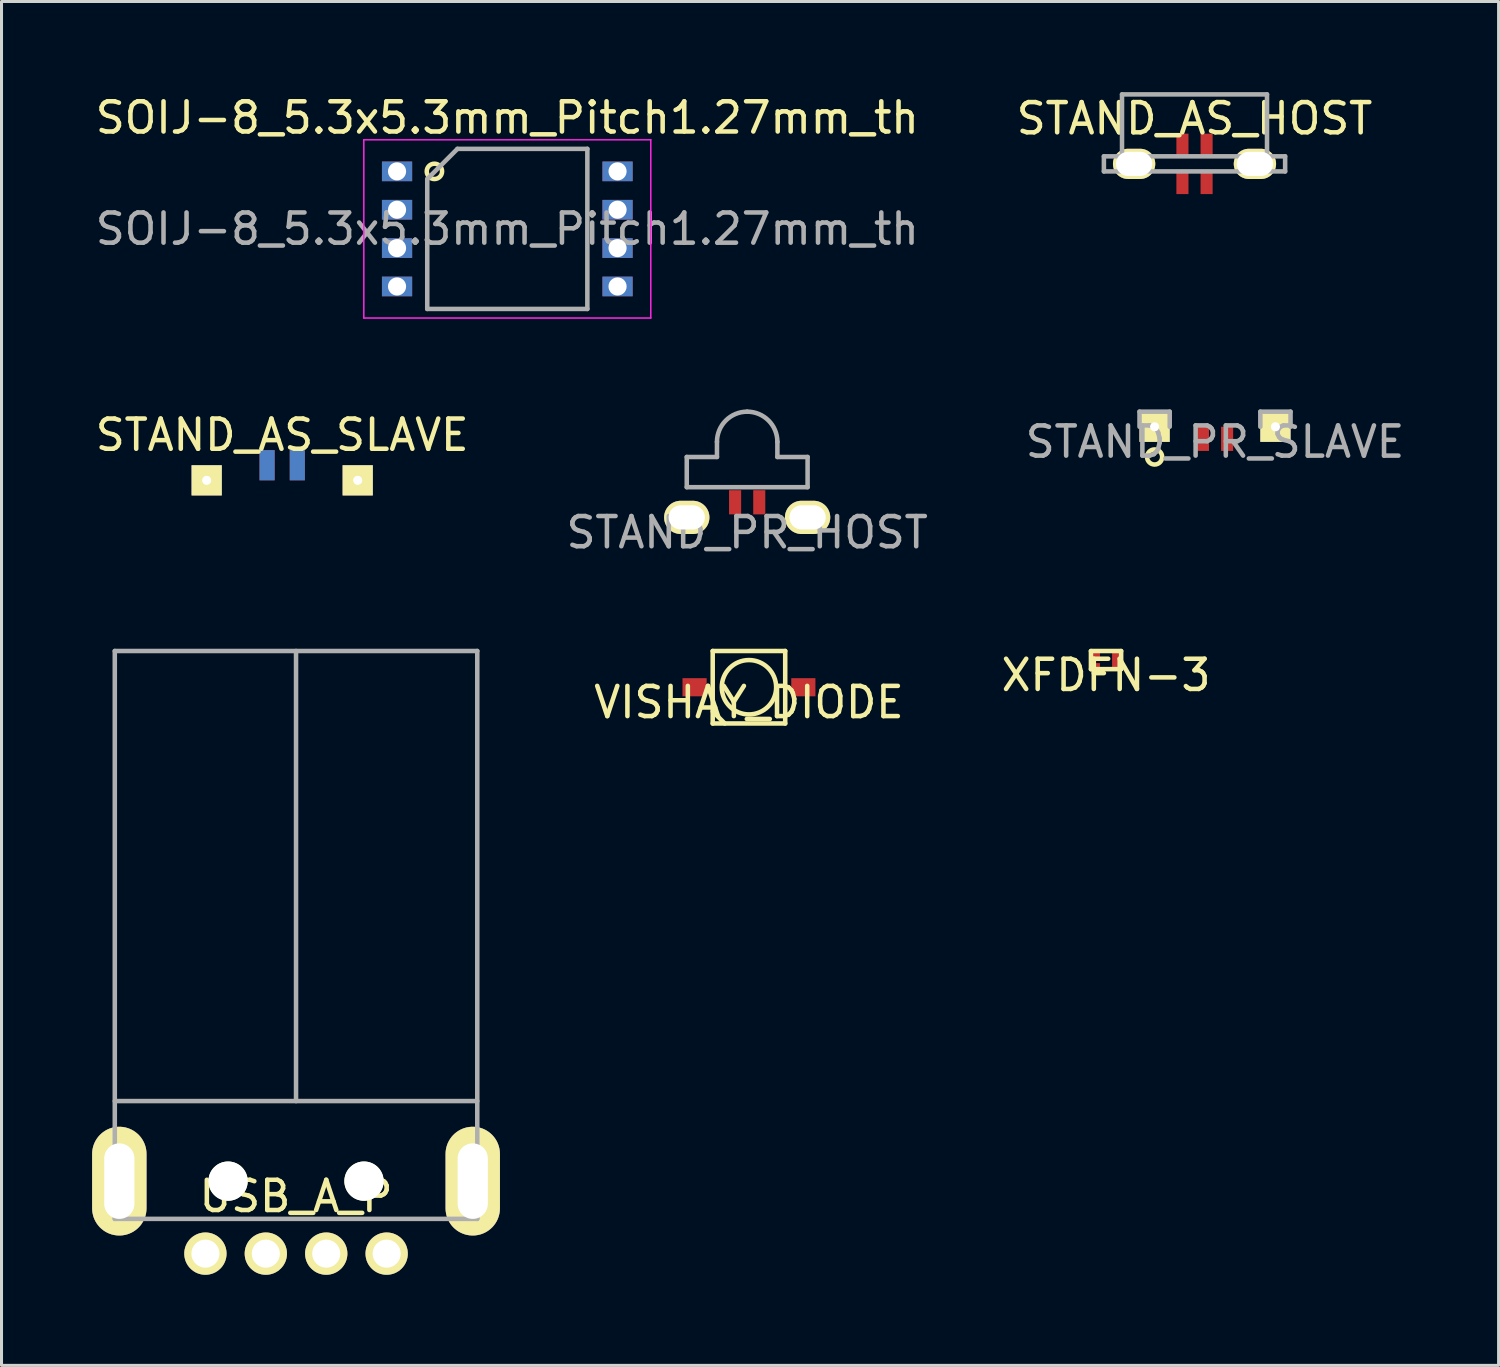
<source format=kicad_pcb>
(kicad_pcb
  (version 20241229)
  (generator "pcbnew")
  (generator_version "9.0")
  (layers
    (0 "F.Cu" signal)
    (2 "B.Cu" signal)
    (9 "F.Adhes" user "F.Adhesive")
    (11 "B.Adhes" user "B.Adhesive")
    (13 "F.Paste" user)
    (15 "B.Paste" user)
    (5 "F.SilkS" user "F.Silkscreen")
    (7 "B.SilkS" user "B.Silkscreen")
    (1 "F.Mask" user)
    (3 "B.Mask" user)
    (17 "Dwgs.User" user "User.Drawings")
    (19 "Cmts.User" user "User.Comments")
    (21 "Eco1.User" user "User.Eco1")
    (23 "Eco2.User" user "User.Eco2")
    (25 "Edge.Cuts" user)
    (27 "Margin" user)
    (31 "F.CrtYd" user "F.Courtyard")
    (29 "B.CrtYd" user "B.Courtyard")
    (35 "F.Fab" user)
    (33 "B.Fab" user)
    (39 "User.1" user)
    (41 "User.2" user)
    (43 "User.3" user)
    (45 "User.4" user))
  (footprint "XFDFN-3"
    (layer "F.Cu")
    (at 33.565 18.802)
    (property "Reference" "XFDFN-3" (at 0 0.5 0) (layer "F.SilkS") (effects (font (size 1 1) (thickness 0.15))))
    (attr through_hole)
    (fp_line (start -0.5 -0.3) (end -0.5 0.3) (stroke (width 0.15) (type solid)) (layer "F.SilkS"))
    (fp_line (start -0.5 0.3) (end 0.5 0.3) (stroke (width 0.15) (type solid)) (layer "F.SilkS"))
    (fp_line (start 0.5 -0.3) (end -0.5 -0.3) (stroke (width 0.15) (type solid)) (layer "F.SilkS"))
    (fp_line (start 0.5 0.3) (end 0.5 -0.3) (stroke (width 0.15) (type solid)) (layer "F.SilkS"))
    (pad "1" smd rect (at -0.325 -0.175) (size 0.25 0.15) (layers "F.Cu" "F.Mask" "F.Paste"))
    (pad "2" smd rect (at -0.325 0.175) (size 0.25 0.15) (layers "F.Cu" "F.Mask" "F.Paste"))
    (pad "3" smd rect (at 0.325 0) (size 0.25 0.5) (layers "F.Cu" "F.Mask" "F.Paste")))
  (footprint "STAND_PR_SLAVE"
    (layer "F.Cu")
    (at 37.173 11.078)
    (property "Reference" "STAND_PR_SLAVE" (at 0 0.5 0) (layer "F.Fab") (effects (font (size 1 1) (thickness 0.15))))
    (attr through_hole)
    (fp_circle (center -2 1) (end -1.75 1) (stroke (width 0.15) (type solid)) (fill no) (layer "F.SilkS"))
    (fp_line (start -2.5 -0.5) (end -1.5 -0.5) (stroke (width 0.15) (type solid)) (layer "F.Fab"))
    (fp_line (start -2.5 0) (end -2.5 -0.5) (stroke (width 0.15) (type solid)) (layer "F.Fab"))
    (fp_line (start -1.5 -0.5) (end -1.5 0) (stroke (width 0.15) (type solid)) (layer "F.Fab"))
    (fp_line (start 1.5 -0.5) (end 2.5 -0.5) (stroke (width 0.15) (type solid)) (layer "F.Fab"))
    (fp_line (start 1.5 0) (end 1.5 -0.5) (stroke (width 0.15) (type solid)) (layer "F.Fab"))
    (fp_line (start 2.5 -0.5) (end 2.5 0) (stroke (width 0.15) (type solid)) (layer "F.Fab"))
    (pad "1" thru_hole rect (at -2 0) (size 1 1) (drill 0.3) (layers "*.Cu" "*.Mask" "F.SilkS"))
    (pad "2" smd rect (at -0.4 0.4) (size 0.4 0.8) (layers "F.Cu" "F.Mask" "F.Paste"))
    (pad "3" smd rect (at 0.4 0.4) (size 0.4 0.8) (layers "F.Cu" "F.Mask" "F.Paste"))
    (pad "4" thru_hole rect (at 2 0) (size 1 1) (drill 0.3) (layers "*.Cu" "*.Mask" "F.SilkS")))
  (footprint "STAND_AS_SLAVE"
    (layer "F.Cu")
    (at 6.292 12.851)
    (property "Reference" "STAND_AS_SLAVE" (at 0 -1.5 0) (layer "F.SilkS") (effects (font (size 1 1) (thickness 0.15))))
    (attr through_hole)
    (pad "1" thru_hole rect (at -2.5 0) (size 1 1) (drill 0.3) (layers "*.Cu" "*.Mask" "F.SilkS"))
    (pad "2" smd rect (at -0.5 -0.5) (size 0.5 1) (layers "F.Cu" "F.Mask" "F.Paste"))
    (pad "3" smd rect (at -0.5 -0.5) (size 0.5 1) (layers "B.Cu" "B.Mask" "B.Paste"))
    (pad "4" smd rect (at 0.5 -0.5) (size 0.5 1) (layers "F.Cu" "F.Mask" "F.Paste"))
    (pad "5" smd rect (at 0.5 -0.5) (size 0.5 1) (layers "B.Cu" "B.Mask" "B.Paste"))
    (pad "6" thru_hole rect (at 2.5 0) (size 1 1) (drill 0.3) (layers "*.Cu" "*.Mask" "F.SilkS")))
  (footprint "VISHAY_DIODE"
    (layer "F.Cu")
    (at 21.744 19.701)
    (property "Reference" "VISHAY_DIODE" (at 0 0.5 0) (layer "F.SilkS") (effects (font (size 1 1) (thickness 0.15))))
    (attr through_hole)
    (fp_line (start -1.2 -1.2) (end -1.2 1.2) (stroke (width 0.15) (type solid)) (layer "F.SilkS"))
    (fp_line (start -1.2 1.2) (end 1.2 1.2) (stroke (width 0.15) (type solid)) (layer "F.SilkS"))
    (fp_line (start -0.8 1.2) (end -1.2 0.8) (stroke (width 0.15) (type solid)) (layer "F.SilkS"))
    (fp_line (start 1.2 -1.2) (end -1.2 -1.2) (stroke (width 0.15) (type solid)) (layer "F.SilkS"))
    (fp_line (start 1.2 1.2) (end 1.2 -1.2) (stroke (width 0.15) (type solid)) (layer "F.SilkS"))
    (fp_circle (center 0 0) (end 0.9 0) (stroke (width 0.15) (type solid)) (fill no) (layer "F.SilkS"))
    (pad "1" smd rect (at -1.8 0) (size 0.8 0.6) (layers "F.Cu" "F.Mask" "F.Paste"))
    (pad "2" smd rect (at 1.8 0) (size 0.8 0.6) (layers "F.Cu" "F.Mask" "F.Paste")))
  (footprint "STAND_PR_HOST"
    (layer "F.Cu")
    (at 21.685 14.078)
    (property "Reference" "STAND_PR_HOST" (at 0 0.5 0) (layer "F.Fab") (effects (font (size 1 1) (thickness 0.15))))
    (attr through_hole)
    (fp_line (start -2 -2) (end -1 -2) (stroke (width 0.15) (type solid)) (layer "F.Fab"))
    (fp_line (start -2 -1) (end -2 -2) (stroke (width 0.15) (type solid)) (layer "F.Fab"))
    (fp_line (start -2 -1) (end 2 -1) (stroke (width 0.15) (type solid)) (layer "F.Fab"))
    (fp_line (start -1 -2.5) (end -1 -2) (stroke (width 0.15) (type solid)) (layer "F.Fab"))
    (fp_line (start 1 -2) (end 1 -2.5) (stroke (width 0.15) (type solid)) (layer "F.Fab"))
    (fp_line (start 2 -2) (end 1 -2) (stroke (width 0.15) (type solid)) (layer "F.Fab"))
    (fp_line (start 2 -1) (end 2 -2) (stroke (width 0.15) (type solid)) (layer "F.Fab"))
    (fp_arc (start -1 -2.5) (mid -0.707107 -3.207107) (end 0 -3.5) (stroke (width 0.15) (type solid)) (layer "F.Fab"))
    (fp_arc (start 0 -3.5) (mid 0.707107 -3.207107) (end 1 -2.5) (stroke (width 0.15) (type solid)) (layer "F.Fab"))
    (pad "1" thru_hole oval (at -2 0) (size 1.5 1.1) (drill oval 1.2 0.8) (layers "*.Cu" "*.Mask" "F.SilkS"))
    (pad "2" smd rect (at -0.4 -0.5) (size 0.4 0.8) (layers "F.Cu" "F.Mask" "F.Paste"))
    (pad "3" smd rect (at 0.4 -0.5) (size 0.4 0.8) (layers "F.Cu" "F.Mask" "F.Paste"))
    (pad "4" thru_hole oval (at 2 0) (size 1.5 1.1) (drill oval 1.2 0.8) (layers "*.Cu" "*.Mask" "F.SilkS")))
  (footprint "STAND_AS_HOST"
    (layer "F.Cu")
    (at 36.494 2.375)
    (property "Reference" "STAND_AS_HOST" (at 0 -1.5 0) (layer "F.SilkS") (effects (font (size 1 1) (thickness 0.15))))
    (attr through_hole)
    (fp_line (start -3 -0.25) (end -3 0.25) (stroke (width 0.15) (type solid)) (layer "F.Fab"))
    (fp_line (start -3 0.25) (end 3 0.25) (stroke (width 0.15) (type solid)) (layer "F.Fab"))
    (fp_line (start -2.4 -0.3) (end -2.4 -2.3) (stroke (width 0.15) (type solid)) (layer "F.Fab"))
    (fp_line (start 2.4 -2.3) (end -2.4 -2.3) (stroke (width 0.15) (type solid)) (layer "F.Fab"))
    (fp_line (start 2.4 -0.3) (end 2.4 -2.3) (stroke (width 0.15) (type solid)) (layer "F.Fab"))
    (fp_line (start 3 -0.25) (end -3 -0.25) (stroke (width 0.15) (type solid)) (layer "F.Fab"))
    (fp_line (start 3 0.25) (end 3 -0.25) (stroke (width 0.15) (type solid)) (layer "F.Fab"))
    (pad "1" thru_hole oval (at -2 0) (size 1.4 1) (drill oval 1.2 0.8) (layers "*.Cu" "*.Mask" "F.SilkS"))
    (pad "2" smd rect (at -0.4 0.6) (size 0.4 0.8) (layers "F.Cu" "F.Mask" "F.Paste"))
    (pad "3" smd rect (at -0.4 -0.6) (size 0.4 0.8) (layers "F.Cu" "F.Mask" "F.Paste"))
    (pad "4" smd rect (at 0.4 0.6) (size 0.4 0.8) (layers "F.Cu" "F.Mask" "F.Paste"))
    (pad "5" smd rect (at 0.4 -0.6) (size 0.4 0.8) (layers "F.Cu" "F.Mask" "F.Paste"))
    (pad "6" thru_hole oval (at 2 0) (size 1.4 1) (drill oval 1.2 0.8) (layers "*.Cu" "*.Mask" "F.SilkS")))
  (footprint "SOIJ-8_5.3x5.3mm_Pitch1.27mm_th"
    (layer "F.Cu")
    (at 13.744 4.528)
    (property "Reference" "SOIJ-8_5.3x5.3mm_Pitch1.27mm_th" (at 0 -3.68 0) (layer "F.SilkS") (effects (font (size 1 1) (thickness 0.15))))
    (attr smd)
    (fp_circle (center -2.413 -1.905) (end -2.667 -1.905) (stroke (width 0.15) (type solid)) (fill no) (layer "F.SilkS"))
    (fp_line (start -4.75 -2.95) (end -4.75 2.95) (stroke (width 0.05) (type solid)) (layer "F.CrtYd"))
    (fp_line (start -4.75 -2.95) (end 4.75 -2.95) (stroke (width 0.05) (type solid)) (layer "F.CrtYd"))
    (fp_line (start -4.75 2.95) (end 4.75 2.95) (stroke (width 0.05) (type solid)) (layer "F.CrtYd"))
    (fp_line (start 4.75 -2.95) (end 4.75 2.95) (stroke (width 0.05) (type solid)) (layer "F.CrtYd"))
    (fp_line (start -2.65 -1.65) (end -1.65 -2.65) (stroke (width 0.15) (type solid)) (layer "F.Fab"))
    (fp_line (start -2.65 2.65) (end -2.65 -1.65) (stroke (width 0.15) (type solid)) (layer "F.Fab"))
    (fp_line (start -1.65 -2.65) (end 2.65 -2.65) (stroke (width 0.15) (type solid)) (layer "F.Fab"))
    (fp_line (start 2.65 -2.65) (end 2.65 2.65) (stroke (width 0.15) (type solid)) (layer "F.Fab"))
    (fp_line (start 2.65 2.65) (end -2.65 2.65) (stroke (width 0.15) (type solid)) (layer "F.Fab"))
    (fp_text user "${REFERENCE}" (at 0 0 0) (layer "F.Fab") (effects (font (size 1 1) (thickness 0.15))))
    (pad "1" thru_hole rect (at -3.65 -1.905) (size 1 0.65) (drill 0.6) (layers "*.Cu" "*.Mask"))
    (pad "2" thru_hole rect (at -3.65 -0.635) (size 1 0.65) (drill 0.6) (layers "*.Cu" "*.Mask"))
    (pad "3" thru_hole rect (at -3.65 0.635) (size 1 0.65) (drill 0.6) (layers "*.Cu" "*.Mask"))
    (pad "4" thru_hole rect (at -3.65 1.905) (size 1 0.65) (drill 0.6) (layers "*.Cu" "*.Mask"))
    (pad "5" thru_hole rect (at 3.65 1.905) (size 1 0.65) (drill 0.6) (layers "*.Cu" "*.Mask"))
    (pad "6" thru_hole rect (at 3.65 0.635) (size 1 0.65) (drill 0.6) (layers "*.Cu" "*.Mask"))
    (pad "7" thru_hole rect (at 3.65 -0.635) (size 1 0.65) (drill 0.6) (layers "*.Cu" "*.Mask"))
    (pad "8" thru_hole rect (at 3.65 -1.905) (size 1 0.65) (drill 0.6) (layers "*.Cu" "*.Mask")))
  (footprint "USB_A_P"
    (layer "F.Cu")
    (at 6.75 36.051)
    (property "Reference" "USB_A_P" (at 0 0.5 0) (layer "F.SilkS") (effects (font (size 1 1) (thickness 0.15))))
    (attr through_hole)
    (fp_line (start -6 -17.55) (end 6 -17.55) (stroke (width 0.15) (type solid)) (layer "F.Fab"))
    (fp_line (start -6 0) (end -6 -17.55) (stroke (width 0.15) (type solid)) (layer "F.Fab"))
    (fp_line (start -6 1.25) (end -6 0) (stroke (width 0.15) (type solid)) (layer "F.Fab"))
    (fp_line (start 0 -17.55) (end 0 -2.65) (stroke (width 0.15) (type solid)) (layer "F.Fab"))
    (fp_line (start 6 -17.55) (end 6 0) (stroke (width 0.15) (type solid)) (layer "F.Fab"))
    (fp_line (start 6 -2.65) (end -6 -2.65) (stroke (width 0.15) (type solid)) (layer "F.Fab"))
    (fp_line (start 6 0) (end 6 1.25) (stroke (width 0.15) (type solid)) (layer "F.Fab"))
    (fp_line (start 6 1.25) (end -6 1.25) (stroke (width 0.15) (type solid)) (layer "F.Fab"))
    (pad "" np_thru_hole circle (at -2.25 0) (size 1.3 1.3) (drill 1.3) (layers "*.Cu" "*.Mask" "F.SilkS"))
    (pad "" np_thru_hole circle (at 2.25 0) (size 1.3 1.3) (drill 1.3) (layers "*.Cu" "*.Mask" "F.SilkS"))
    (pad "1" thru_hole circle (at -3 2.4) (size 1.4 1.4) (drill 0.93) (layers "*.Cu" "*.Mask" "F.SilkS"))
    (pad "2" thru_hole circle (at -1 2.4) (size 1.4 1.4) (drill 0.93) (layers "*.Cu" "*.Mask" "F.SilkS"))
    (pad "3" thru_hole circle (at 1 2.4) (size 1.4 1.4) (drill 0.93) (layers "*.Cu" "*.Mask" "F.SilkS"))
    (pad "4" thru_hole circle (at 3 2.4) (size 1.4 1.4) (drill 0.93) (layers "*.Cu" "*.Mask" "F.SilkS"))
    (pad "5" thru_hole oval (at -5.85 0) (size 1.8 3.6) (drill oval 1 2.5) (layers "*.Cu" "*.Mask" "F.SilkS"))
    (pad "5" thru_hole oval (at 5.85 0) (size 1.8 3.6) (drill oval 1 2.5) (layers "*.Cu" "*.Mask" "F.SilkS")))
  (gr_rect
    (start -3 -3)
    (end 46.56 42.151)
    (stroke (width 0.1) (type default))
    (fill no)
    (layer "Edge.Cuts")))
</source>
